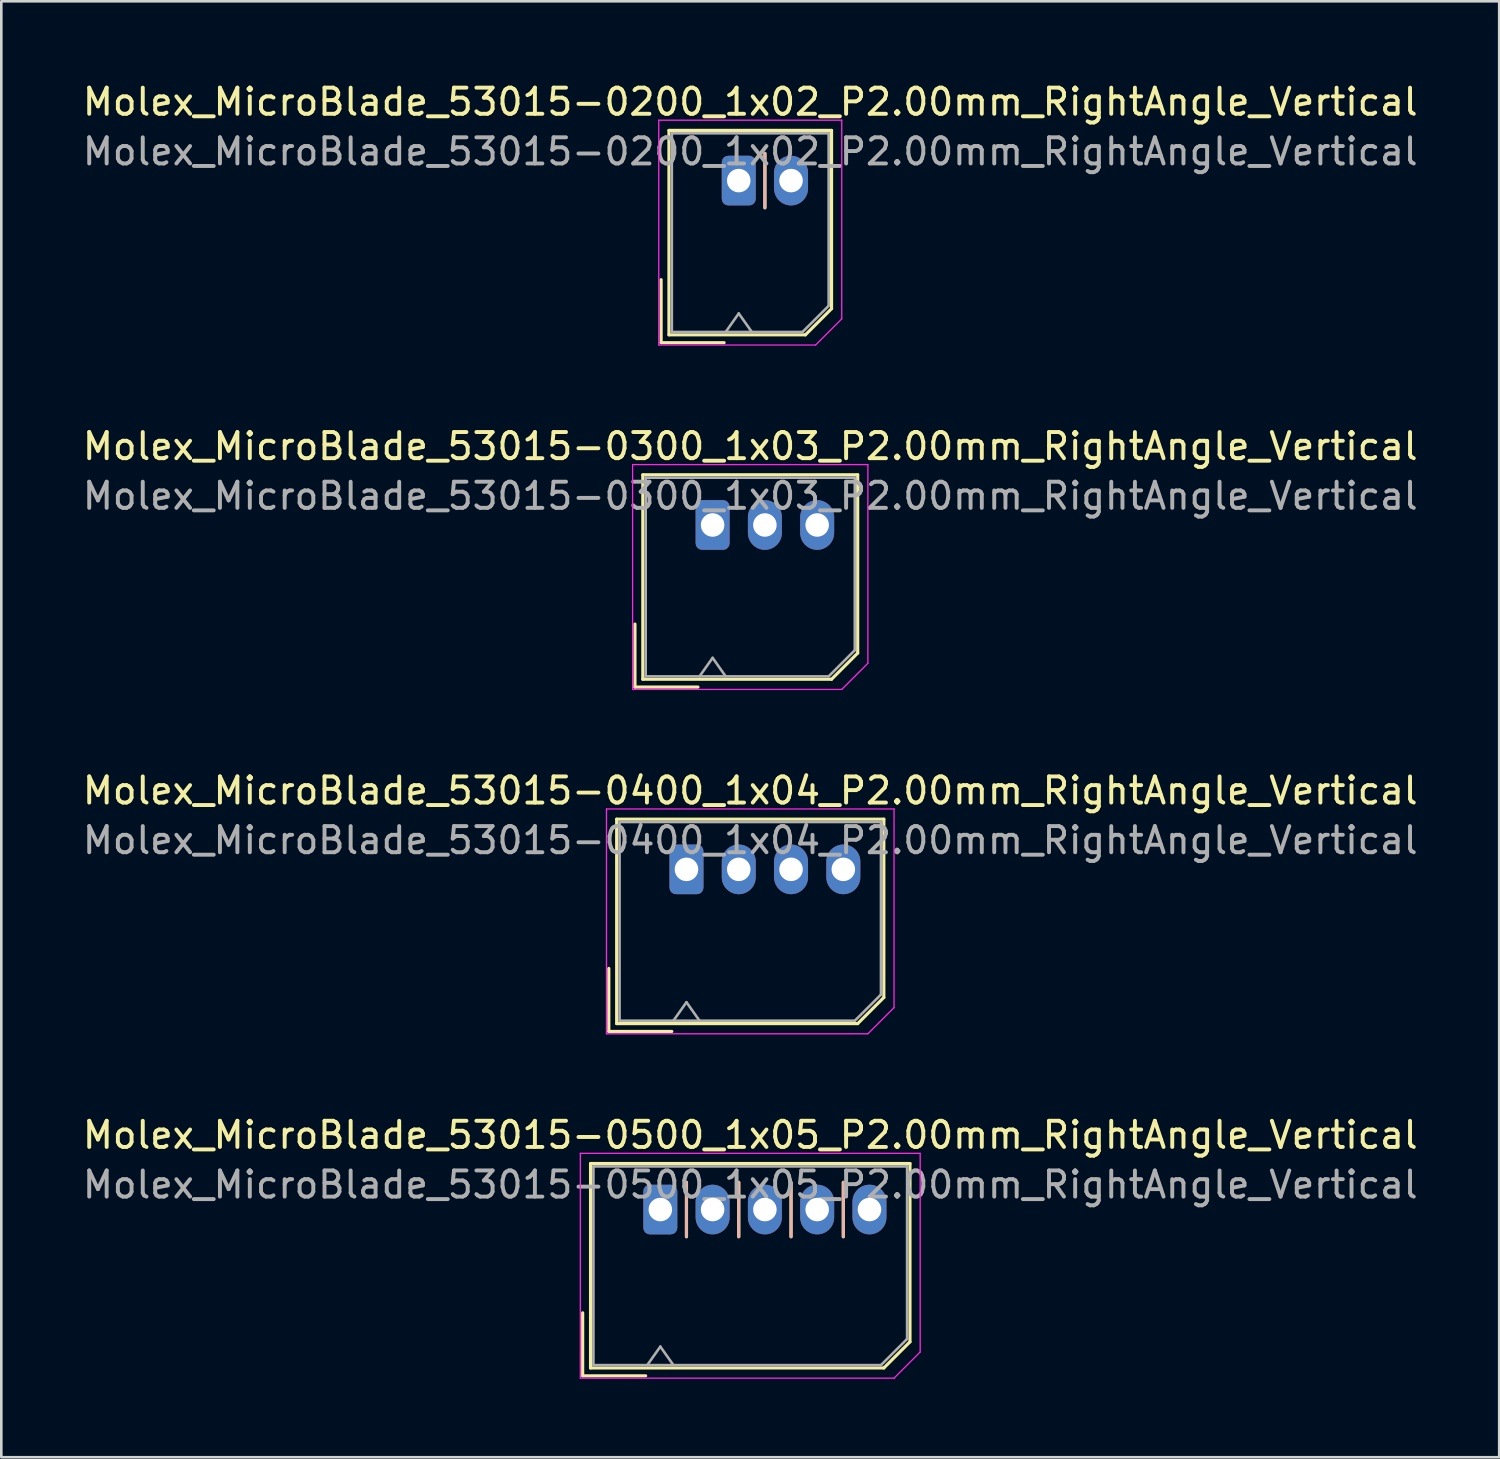
<source format=kicad_pcb>
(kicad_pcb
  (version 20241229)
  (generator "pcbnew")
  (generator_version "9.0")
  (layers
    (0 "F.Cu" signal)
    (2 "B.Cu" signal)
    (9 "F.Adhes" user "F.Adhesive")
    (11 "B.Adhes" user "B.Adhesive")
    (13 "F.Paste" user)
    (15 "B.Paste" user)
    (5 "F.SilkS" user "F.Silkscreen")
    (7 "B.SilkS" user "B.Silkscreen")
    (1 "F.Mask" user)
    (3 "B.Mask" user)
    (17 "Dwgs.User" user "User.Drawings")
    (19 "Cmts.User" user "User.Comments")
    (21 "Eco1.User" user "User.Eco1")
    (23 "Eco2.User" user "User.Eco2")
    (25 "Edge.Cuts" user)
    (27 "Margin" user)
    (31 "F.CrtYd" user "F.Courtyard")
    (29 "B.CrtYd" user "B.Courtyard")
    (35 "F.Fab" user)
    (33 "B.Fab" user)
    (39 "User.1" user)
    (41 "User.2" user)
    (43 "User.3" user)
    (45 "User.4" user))
  (footprint "Molex_MicroBlade_53015-0500_1x05_P2.00mm_RightAngle_Vertical"
    (layer "F.Cu")
    (at 22.209 43.218)
    (property "Reference" "Molex_MicroBlade_53015-0500_1x05_P2.00mm_RightAngle_Vertical" (at 3.44 -2.85 0) (layer "F.SilkS") (effects (font (size 1 1) (thickness 0.15))))
    (attr through_hole)
    (fp_line (start -2.97 3.95) (end -2.97 6.36) (stroke (width 0.12) (type solid)) (layer "F.SilkS"))
    (fp_line (start -2.97 6.36) (end -0.56 6.36) (stroke (width 0.12) (type solid)) (layer "F.SilkS"))
    (fp_line (start -2.67 -1.76) (end -2.67 6.06) (stroke (width 0.12) (type solid)) (layer "F.SilkS"))
    (fp_line (start -2.67 6.06) (end 8.55 6.06) (stroke (width 0.12) (type solid)) (layer "F.SilkS"))
    (fp_line (start 1 -1.04) (end 1 1.04) (stroke (width 0.12) (type default)) (layer "F.SilkS"))
    (fp_line (start 3 -1.04) (end 3 1.04) (stroke (width 0.12) (type default)) (layer "F.SilkS"))
    (fp_line (start 5 -1.04) (end 5 1.04) (stroke (width 0.12) (type default)) (layer "F.SilkS"))
    (fp_line (start 7 -1.04) (end 7 1.04) (stroke (width 0.12) (type default)) (layer "F.SilkS"))
    (fp_line (start 8.55 6.06) (end 9.55 5.06) (stroke (width 0.12) (type solid)) (layer "F.SilkS"))
    (fp_line (start 9.55 -1.76) (end -2.67 -1.76) (stroke (width 0.12) (type solid)) (layer "F.SilkS"))
    (fp_line (start 9.55 5.06) (end 9.55 -1.76) (stroke (width 0.12) (type solid)) (layer "F.SilkS"))
    (fp_line (start 1 -1.04) (end 1 1.04) (stroke (width 0.12) (type default)) (layer "B.SilkS"))
    (fp_line (start 3 -1.04) (end 3 1.04) (stroke (width 0.12) (type default)) (layer "B.SilkS"))
    (fp_line (start 5 -1.04) (end 5 1.04) (stroke (width 0.12) (type default)) (layer "B.SilkS"))
    (fp_line (start 7 -1.04) (end 7 1.04) (stroke (width 0.12) (type default)) (layer "B.SilkS"))
    (fp_line (start -3.06 -2.15) (end -3.06 6.45) (stroke (width 0.05) (type solid)) (layer "F.CrtYd"))
    (fp_line (start -3.06 6.45) (end 8.94 6.45) (stroke (width 0.05) (type solid)) (layer "F.CrtYd"))
    (fp_line (start 8.94 6.45) (end 9.94 5.45) (stroke (width 0.05) (type solid)) (layer "F.CrtYd"))
    (fp_line (start 9.94 -2.15) (end -3.06 -2.15) (stroke (width 0.05) (type solid)) (layer "F.CrtYd"))
    (fp_line (start 9.94 5.45) (end 9.94 -2.15) (stroke (width 0.05) (type solid)) (layer "F.CrtYd"))
    (fp_line (start -2.56 -1.65) (end -2.56 5.95) (stroke (width 0.1) (type solid)) (layer "F.Fab"))
    (fp_line (start -2.56 5.95) (end 8.44 5.95) (stroke (width 0.1) (type solid)) (layer "F.Fab"))
    (fp_line (start -0.5 5.95) (end 0 5.243) (stroke (width 0.1) (type solid)) (layer "F.Fab"))
    (fp_line (start 0 5.243) (end 0.5 5.95) (stroke (width 0.1) (type solid)) (layer "F.Fab"))
    (fp_line (start 8.44 5.95) (end 9.44 4.95) (stroke (width 0.1) (type solid)) (layer "F.Fab"))
    (fp_line (start 9.44 -1.65) (end -2.56 -1.65) (stroke (width 0.1) (type solid)) (layer "F.Fab"))
    (fp_line (start 9.44 4.95) (end 9.44 -1.65) (stroke (width 0.1) (type solid)) (layer "F.Fab"))
    (fp_text user "${REFERENCE}" (at 3.44 -0.95 0) (layer "F.Fab") (effects (font (size 1 1) (thickness 0.15))))
    (pad "1" thru_hole roundrect (at 0 0) (size 1.3 1.9) (drill 0.9) (layers "*.Cu" "*.Mask") (roundrect_rratio 0.192))
    (pad "2" thru_hole oval (at 2 0) (size 1.3 1.9) (drill 0.9) (layers "*.Cu" "*.Mask"))
    (pad "3" thru_hole oval (at 4 0) (size 1.3 1.9) (drill 0.9) (layers "*.Cu" "*.Mask"))
    (pad "4" thru_hole oval (at 6 0) (size 1.3 1.9) (drill 0.9) (layers "*.Cu" "*.Mask"))
    (pad "5" thru_hole oval (at 8 0) (size 1.3 1.9) (drill 0.9) (layers "*.Cu" "*.Mask")))
  (footprint "Molex_MicroBlade_53015-0400_1x04_P2.00mm_RightAngle_Vertical"
    (layer "F.Cu")
    (at 23.209 30.205)
    (property "Reference" "Molex_MicroBlade_53015-0400_1x04_P2.00mm_RightAngle_Vertical" (at 2.44 -3.01 0) (layer "F.SilkS") (effects (font (size 1 1) (thickness 0.15))))
    (attr through_hole)
    (fp_line (start -2.97 3.79) (end -2.97 6.2) (stroke (width 0.12) (type solid)) (layer "F.SilkS"))
    (fp_line (start -2.97 6.2) (end -0.56 6.2) (stroke (width 0.12) (type solid)) (layer "F.SilkS"))
    (fp_line (start -2.67 -1.92) (end -2.67 5.9) (stroke (width 0.12) (type solid)) (layer "F.SilkS"))
    (fp_line (start -2.67 5.9) (end 6.55 5.9) (stroke (width 0.12) (type solid)) (layer "F.SilkS"))
    (fp_line (start 6.55 5.9) (end 7.55 4.9) (stroke (width 0.12) (type solid)) (layer "F.SilkS"))
    (fp_line (start 7.55 -1.92) (end -2.67 -1.92) (stroke (width 0.12) (type solid)) (layer "F.SilkS"))
    (fp_line (start 7.55 4.9) (end 7.55 -1.92) (stroke (width 0.12) (type solid)) (layer "F.SilkS"))
    (fp_line (start -3.06 -2.31) (end -3.06 6.29) (stroke (width 0.05) (type solid)) (layer "F.CrtYd"))
    (fp_line (start -3.06 6.29) (end 6.94 6.29) (stroke (width 0.05) (type solid)) (layer "F.CrtYd"))
    (fp_line (start 6.94 6.29) (end 7.94 5.29) (stroke (width 0.05) (type solid)) (layer "F.CrtYd"))
    (fp_line (start 7.94 -2.31) (end -3.06 -2.31) (stroke (width 0.05) (type solid)) (layer "F.CrtYd"))
    (fp_line (start 7.94 5.29) (end 7.94 -2.31) (stroke (width 0.05) (type solid)) (layer "F.CrtYd"))
    (fp_line (start -2.56 -1.81) (end -2.56 5.79) (stroke (width 0.1) (type solid)) (layer "F.Fab"))
    (fp_line (start -2.56 5.79) (end 6.44 5.79) (stroke (width 0.1) (type solid)) (layer "F.Fab"))
    (fp_line (start -0.5 5.79) (end 0 5.083) (stroke (width 0.1) (type solid)) (layer "F.Fab"))
    (fp_line (start 0 5.083) (end 0.5 5.79) (stroke (width 0.1) (type solid)) (layer "F.Fab"))
    (fp_line (start 6.44 5.79) (end 7.44 4.79) (stroke (width 0.1) (type solid)) (layer "F.Fab"))
    (fp_line (start 7.44 -1.81) (end -2.56 -1.81) (stroke (width 0.1) (type solid)) (layer "F.Fab"))
    (fp_line (start 7.44 4.79) (end 7.44 -1.81) (stroke (width 0.1) (type solid)) (layer "F.Fab"))
    (fp_text user "${REFERENCE}" (at 2.44 -1.11 0) (layer "F.Fab") (effects (font (size 1 1) (thickness 0.15))))
    (pad "1" thru_hole roundrect (at 0 0) (size 1.3 1.9) (drill 0.9) (layers "*.Cu" "*.Mask") (roundrect_rratio 0.192))
    (pad "2" thru_hole oval (at 2 0) (size 1.3 1.9) (drill 0.9) (layers "*.Cu" "*.Mask"))
    (pad "3" thru_hole oval (at 4 0) (size 1.3 1.9) (drill 0.9) (layers "*.Cu" "*.Mask"))
    (pad "4" thru_hole oval (at 6 0) (size 1.3 1.9) (drill 0.9) (layers "*.Cu" "*.Mask")))
  (footprint "Molex_MicroBlade_53015-0200_1x02_P2.00mm_RightAngle_Vertical"
    (layer "F.Cu")
    (at 25.209 3.858)
    (property "Reference" "Molex_MicroBlade_53015-0200_1x02_P2.00mm_RightAngle_Vertical" (at 0.44 -3.01 0) (layer "F.SilkS") (effects (font (size 1 1) (thickness 0.15))))
    (attr through_hole)
    (fp_line (start -2.97 3.79) (end -2.97 6.2) (stroke (width 0.12) (type solid)) (layer "F.SilkS"))
    (fp_line (start -2.97 6.2) (end -0.56 6.2) (stroke (width 0.12) (type solid)) (layer "F.SilkS"))
    (fp_line (start -2.67 -1.92) (end -2.67 5.9) (stroke (width 0.12) (type solid)) (layer "F.SilkS"))
    (fp_line (start -2.67 5.9) (end 2.55 5.9) (stroke (width 0.12) (type solid)) (layer "F.SilkS"))
    (fp_line (start 1 -1.04) (end 1 1.04) (stroke (width 0.12) (type default)) (layer "F.SilkS"))
    (fp_line (start 2.55 5.9) (end 3.55 4.9) (stroke (width 0.12) (type solid)) (layer "F.SilkS"))
    (fp_line (start 3.55 -1.92) (end -2.67 -1.92) (stroke (width 0.12) (type solid)) (layer "F.SilkS"))
    (fp_line (start 3.55 4.9) (end 3.55 -1.92) (stroke (width 0.12) (type solid)) (layer "F.SilkS"))
    (fp_line (start 1 -1.04) (end 1 1.04) (stroke (width 0.12) (type default)) (layer "B.SilkS"))
    (fp_line (start -3.06 -2.31) (end -3.06 6.29) (stroke (width 0.05) (type solid)) (layer "F.CrtYd"))
    (fp_line (start -3.06 6.29) (end 2.94 6.29) (stroke (width 0.05) (type solid)) (layer "F.CrtYd"))
    (fp_line (start 2.94 6.29) (end 3.94 5.29) (stroke (width 0.05) (type solid)) (layer "F.CrtYd"))
    (fp_line (start 3.94 -2.31) (end -3.06 -2.31) (stroke (width 0.05) (type solid)) (layer "F.CrtYd"))
    (fp_line (start 3.94 5.29) (end 3.94 -2.31) (stroke (width 0.05) (type solid)) (layer "F.CrtYd"))
    (fp_line (start -2.56 -1.81) (end -2.56 5.79) (stroke (width 0.1) (type solid)) (layer "F.Fab"))
    (fp_line (start -2.56 5.79) (end 2.44 5.79) (stroke (width 0.1) (type solid)) (layer "F.Fab"))
    (fp_line (start -0.5 5.79) (end 0 5.083) (stroke (width 0.1) (type solid)) (layer "F.Fab"))
    (fp_line (start 0 5.083) (end 0.5 5.79) (stroke (width 0.1) (type solid)) (layer "F.Fab"))
    (fp_line (start 2.44 5.79) (end 3.44 4.79) (stroke (width 0.1) (type solid)) (layer "F.Fab"))
    (fp_line (start 3.44 -1.81) (end -2.56 -1.81) (stroke (width 0.1) (type solid)) (layer "F.Fab"))
    (fp_line (start 3.44 4.79) (end 3.44 -1.81) (stroke (width 0.1) (type solid)) (layer "F.Fab"))
    (fp_text user "${REFERENCE}" (at 0.44 -1.11 0) (layer "F.Fab") (effects (font (size 1 1) (thickness 0.15))))
    (pad "1" thru_hole roundrect (at 0 0) (size 1.3 1.9) (drill 0.9) (layers "*.Cu" "*.Mask") (roundrect_rratio 0.192))
    (pad "2" thru_hole oval (at 2 0) (size 1.3 1.9) (drill 0.9) (layers "*.Cu" "*.Mask")))
  (footprint "Molex_MicroBlade_53015-0300_1x03_P2.00mm_RightAngle_Vertical"
    (layer "F.Cu")
    (at 24.209 17.032)
    (property "Reference" "Molex_MicroBlade_53015-0300_1x03_P2.00mm_RightAngle_Vertical" (at 1.44 -3.01 0) (layer "F.SilkS") (effects (font (size 1 1) (thickness 0.15))))
    (attr through_hole)
    (fp_line (start -2.97 3.79) (end -2.97 6.2) (stroke (width 0.12) (type solid)) (layer "F.SilkS"))
    (fp_line (start -2.97 6.2) (end -0.56 6.2) (stroke (width 0.12) (type solid)) (layer "F.SilkS"))
    (fp_line (start -2.67 -1.92) (end -2.67 5.9) (stroke (width 0.12) (type solid)) (layer "F.SilkS"))
    (fp_line (start -2.67 5.9) (end 4.55 5.9) (stroke (width 0.12) (type solid)) (layer "F.SilkS"))
    (fp_line (start 4.55 5.9) (end 5.55 4.9) (stroke (width 0.12) (type solid)) (layer "F.SilkS"))
    (fp_line (start 5.55 -1.92) (end -2.67 -1.92) (stroke (width 0.12) (type solid)) (layer "F.SilkS"))
    (fp_line (start 5.55 4.9) (end 5.55 -1.92) (stroke (width 0.12) (type solid)) (layer "F.SilkS"))
    (fp_line (start -3.06 -2.31) (end -3.06 6.29) (stroke (width 0.05) (type solid)) (layer "F.CrtYd"))
    (fp_line (start -3.06 6.29) (end 4.94 6.29) (stroke (width 0.05) (type solid)) (layer "F.CrtYd"))
    (fp_line (start 4.94 6.29) (end 5.94 5.29) (stroke (width 0.05) (type solid)) (layer "F.CrtYd"))
    (fp_line (start 5.94 -2.31) (end -3.06 -2.31) (stroke (width 0.05) (type solid)) (layer "F.CrtYd"))
    (fp_line (start 5.94 5.29) (end 5.94 -2.31) (stroke (width 0.05) (type solid)) (layer "F.CrtYd"))
    (fp_line (start -2.56 -1.81) (end -2.56 5.79) (stroke (width 0.1) (type solid)) (layer "F.Fab"))
    (fp_line (start -2.56 5.79) (end 4.44 5.79) (stroke (width 0.1) (type solid)) (layer "F.Fab"))
    (fp_line (start -0.5 5.79) (end 0 5.083) (stroke (width 0.1) (type solid)) (layer "F.Fab"))
    (fp_line (start 0 5.083) (end 0.5 5.79) (stroke (width 0.1) (type solid)) (layer "F.Fab"))
    (fp_line (start 4.44 5.79) (end 5.44 4.79) (stroke (width 0.1) (type solid)) (layer "F.Fab"))
    (fp_line (start 5.44 -1.81) (end -2.56 -1.81) (stroke (width 0.1) (type solid)) (layer "F.Fab"))
    (fp_line (start 5.44 4.79) (end 5.44 -1.81) (stroke (width 0.1) (type solid)) (layer "F.Fab"))
    (fp_text user "${REFERENCE}" (at 1.44 -1.11 0) (layer "F.Fab") (effects (font (size 1 1) (thickness 0.15))))
    (pad "1" thru_hole roundrect (at 0 0) (size 1.3 1.9) (drill 0.9) (layers "*.Cu" "*.Mask") (roundrect_rratio 0.192))
    (pad "2" thru_hole oval (at 2 0) (size 1.3 1.9) (drill 0.9) (layers "*.Cu" "*.Mask"))
    (pad "3" thru_hole oval (at 4 0) (size 1.3 1.9) (drill 0.9) (layers "*.Cu" "*.Mask")))
  (gr_rect
    (start -3 -3)
    (end 54.298 52.693)
    (stroke (width 0.1) (type default))
    (fill no)
    (layer "Edge.Cuts")))
</source>
